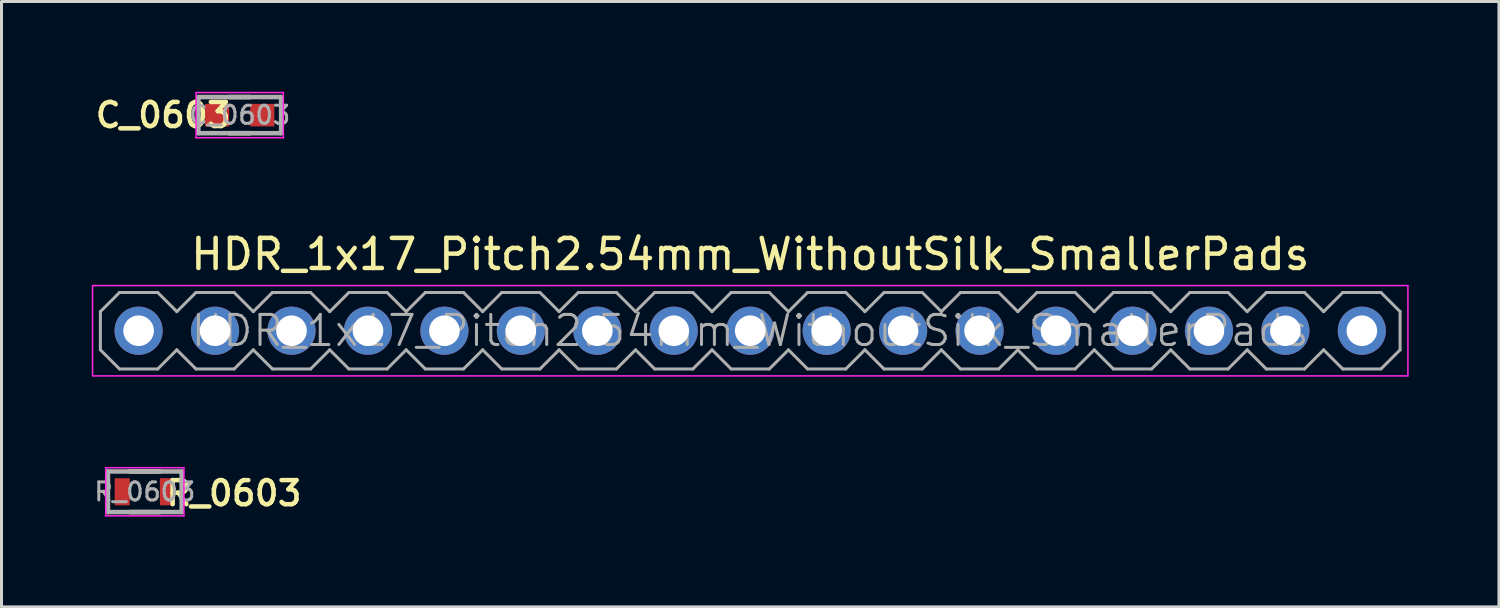
<source format=kicad_pcb>
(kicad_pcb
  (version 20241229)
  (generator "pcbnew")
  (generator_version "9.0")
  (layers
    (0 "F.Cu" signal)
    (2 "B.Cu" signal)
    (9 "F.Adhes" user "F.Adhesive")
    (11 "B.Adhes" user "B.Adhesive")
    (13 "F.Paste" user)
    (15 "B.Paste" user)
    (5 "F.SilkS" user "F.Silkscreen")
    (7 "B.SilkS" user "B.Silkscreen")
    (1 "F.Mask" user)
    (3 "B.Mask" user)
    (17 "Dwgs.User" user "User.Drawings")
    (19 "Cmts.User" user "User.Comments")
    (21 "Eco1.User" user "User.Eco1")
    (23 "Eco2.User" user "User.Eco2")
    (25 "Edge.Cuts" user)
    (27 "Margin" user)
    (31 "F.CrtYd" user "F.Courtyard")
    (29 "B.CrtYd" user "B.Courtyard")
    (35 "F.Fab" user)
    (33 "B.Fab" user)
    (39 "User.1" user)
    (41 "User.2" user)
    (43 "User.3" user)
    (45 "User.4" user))
  (footprint "R_0603"
    (layer "F.Cu")
    (at 1.761 13.288)
    (property "Reference" "R_0603" (at 2.962 0.05 0) (layer "F.SilkS") (effects (font (size 0.8 0.8) (thickness 0.15))))
    (attr smd)
    (fp_line (start -0.5 -0.675) (end 0.5 -0.675) (stroke (width 0.15) (type solid)) (layer "F.SilkS"))
    (fp_line (start 0.5 0.675) (end -0.5 0.675) (stroke (width 0.15) (type solid)) (layer "F.SilkS"))
    (fp_line (start -1.3 -0.8) (end -1.3 0.8) (stroke (width 0.05) (type solid)) (layer "F.CrtYd"))
    (fp_line (start -1.3 -0.8) (end 1.3 -0.8) (stroke (width 0.05) (type solid)) (layer "F.CrtYd"))
    (fp_line (start -1.3 0.8) (end 1.3 0.8) (stroke (width 0.05) (type solid)) (layer "F.CrtYd"))
    (fp_line (start 1.3 -0.8) (end 1.3 0.8) (stroke (width 0.05) (type solid)) (layer "F.CrtYd"))
    (fp_line (start -1.225 -0.675) (end -1.225 0.675) (stroke (width 0.15) (type solid)) (layer "F.Fab"))
    (fp_line (start -1.225 -0.675) (end 1.225 -0.675) (stroke (width 0.15) (type solid)) (layer "F.Fab"))
    (fp_line (start -1.225 0.675) (end 1.225 0.675) (stroke (width 0.15) (type solid)) (layer "F.Fab"))
    (fp_line (start 1.225 -0.675) (end 1.225 0.675) (stroke (width 0.15) (type solid)) (layer "F.Fab"))
    (fp_text user "${REFERENCE}" (at 0 0 0) (layer "F.Fab") (effects (font (size 0.6 0.6) (thickness 0.1))))
    (pad "1" smd rect (at -0.75 0) (size 0.5 0.9) (layers "F.Cu" "F.Mask" "F.Paste"))
    (pad "2" smd rect (at 0.75 0) (size 0.5 0.9) (layers "F.Cu" "F.Mask" "F.Paste")))
  (footprint "C_0603"
    (layer "F.Cu")
    (at 4.914 0.775)
    (property "Reference" "C_0603" (at -2.54 0 0) (layer "F.SilkS") (effects (font (size 0.8 0.8) (thickness 0.15))))
    (attr smd)
    (fp_line (start -0.35 -0.6) (end 0.35 -0.6) (stroke (width 0.15) (type solid)) (layer "F.SilkS"))
    (fp_line (start 0.35 0.6) (end -0.35 0.6) (stroke (width 0.15) (type solid)) (layer "F.SilkS"))
    (fp_line (start -1.45 -0.75) (end -1.45 0.75) (stroke (width 0.05) (type solid)) (layer "F.CrtYd"))
    (fp_line (start -1.45 -0.75) (end 1.45 -0.75) (stroke (width 0.05) (type solid)) (layer "F.CrtYd"))
    (fp_line (start -1.45 0.75) (end 1.45 0.75) (stroke (width 0.05) (type solid)) (layer "F.CrtYd"))
    (fp_line (start 1.45 -0.75) (end 1.45 0.75) (stroke (width 0.05) (type solid)) (layer "F.CrtYd"))
    (fp_line (start -1.375 -0.6) (end 1.375 -0.6) (stroke (width 0.15) (type solid)) (layer "F.Fab"))
    (fp_line (start -1.375 0.6) (end -1.375 -0.6) (stroke (width 0.15) (type solid)) (layer "F.Fab"))
    (fp_line (start 1.375 -0.6) (end 1.375 0.6) (stroke (width 0.15) (type solid)) (layer "F.Fab"))
    (fp_line (start 1.375 0.6) (end -1.375 0.6) (stroke (width 0.15) (type solid)) (layer "F.Fab"))
    (fp_text user "${REFERENCE}" (at 0 0 0) (layer "F.Fab") (effects (font (size 0.6 0.6) (thickness 0.1))))
    (pad "1" smd rect (at -0.75 0) (size 0.8 0.75) (layers "F.Cu" "F.Mask" "F.Paste"))
    (pad "2" smd rect (at 0.75 0) (size 0.8 0.75) (layers "F.Cu" "F.Mask" "F.Paste")))
  (footprint "HDR_1x17_Pitch2.54mm_WithoutSilk_SmallerPads"
    (layer "F.Cu")
    (at 21.875 7.938)
    (property "Reference" "HDR_1x17_Pitch2.54mm_WithoutSilk_SmallerPads" (at 0 -2.54 180) (layer "F.SilkS") (effects (font (size 1 1) (thickness 0.15))))
    (attr through_hole)
    (fp_line (start -21.85 -1.5) (end -21.85 1.5) (stroke (width 0.05) (type solid)) (layer "F.CrtYd"))
    (fp_line (start -21.85 1.5) (end 21.85 1.5) (stroke (width 0.05) (type solid)) (layer "F.CrtYd"))
    (fp_line (start 21.85 -1.5) (end -21.85 -1.5) (stroke (width 0.05) (type solid)) (layer "F.CrtYd"))
    (fp_line (start 21.85 1.5) (end 21.85 -1.5) (stroke (width 0.05) (type solid)) (layer "F.CrtYd"))
    (fp_line (start -21.59 -0.635) (end -20.955 -1.27) (stroke (width 0.1) (type solid)) (layer "F.Fab"))
    (fp_line (start -21.59 0.635) (end -21.59 -0.635) (stroke (width 0.1) (type solid)) (layer "F.Fab"))
    (fp_line (start -20.955 -1.27) (end -19.685 -1.27) (stroke (width 0.1) (type solid)) (layer "F.Fab"))
    (fp_line (start -20.955 1.27) (end -21.59 0.635) (stroke (width 0.1) (type solid)) (layer "F.Fab"))
    (fp_line (start -19.685 -1.27) (end -19.05 -0.635) (stroke (width 0.1) (type solid)) (layer "F.Fab"))
    (fp_line (start -19.685 1.27) (end -20.955 1.27) (stroke (width 0.1) (type solid)) (layer "F.Fab"))
    (fp_line (start -19.05 -0.635) (end -18.415 -1.27) (stroke (width 0.1) (type solid)) (layer "F.Fab"))
    (fp_line (start -19.05 0.635) (end -19.685 1.27) (stroke (width 0.1) (type solid)) (layer "F.Fab"))
    (fp_line (start -18.415 -1.27) (end -17.145 -1.27) (stroke (width 0.1) (type solid)) (layer "F.Fab"))
    (fp_line (start -18.415 1.27) (end -19.05 0.635) (stroke (width 0.1) (type solid)) (layer "F.Fab"))
    (fp_line (start -17.145 -1.27) (end -16.51 -0.635) (stroke (width 0.1) (type solid)) (layer "F.Fab"))
    (fp_line (start -17.145 1.27) (end -18.415 1.27) (stroke (width 0.1) (type solid)) (layer "F.Fab"))
    (fp_line (start -16.51 -0.635) (end -15.875 -1.27) (stroke (width 0.1) (type solid)) (layer "F.Fab"))
    (fp_line (start -16.51 0.635) (end -17.145 1.27) (stroke (width 0.1) (type solid)) (layer "F.Fab"))
    (fp_line (start -15.875 -1.27) (end -14.605 -1.27) (stroke (width 0.1) (type solid)) (layer "F.Fab"))
    (fp_line (start -15.875 1.27) (end -16.51 0.635) (stroke (width 0.1) (type solid)) (layer "F.Fab"))
    (fp_line (start -14.605 -1.27) (end -13.97 -0.635) (stroke (width 0.1) (type solid)) (layer "F.Fab"))
    (fp_line (start -14.605 1.27) (end -15.875 1.27) (stroke (width 0.1) (type solid)) (layer "F.Fab"))
    (fp_line (start -13.97 -0.635) (end -13.335 -1.27) (stroke (width 0.1) (type solid)) (layer "F.Fab"))
    (fp_line (start -13.97 0.635) (end -14.605 1.27) (stroke (width 0.1) (type solid)) (layer "F.Fab"))
    (fp_line (start -13.335 -1.27) (end -12.065 -1.27) (stroke (width 0.1) (type solid)) (layer "F.Fab"))
    (fp_line (start -13.335 1.27) (end -13.97 0.635) (stroke (width 0.1) (type solid)) (layer "F.Fab"))
    (fp_line (start -12.065 -1.27) (end -11.43 -0.635) (stroke (width 0.1) (type solid)) (layer "F.Fab"))
    (fp_line (start -12.065 1.27) (end -13.335 1.27) (stroke (width 0.1) (type solid)) (layer "F.Fab"))
    (fp_line (start -11.43 -0.635) (end -10.795 -1.27) (stroke (width 0.1) (type solid)) (layer "F.Fab"))
    (fp_line (start -11.43 0.635) (end -12.065 1.27) (stroke (width 0.1) (type solid)) (layer "F.Fab"))
    (fp_line (start -10.795 -1.27) (end -9.525 -1.27) (stroke (width 0.1) (type solid)) (layer "F.Fab"))
    (fp_line (start -10.795 1.27) (end -11.43 0.635) (stroke (width 0.1) (type solid)) (layer "F.Fab"))
    (fp_line (start -9.525 -1.27) (end -8.89 -0.635) (stroke (width 0.1) (type solid)) (layer "F.Fab"))
    (fp_line (start -9.525 1.27) (end -10.795 1.27) (stroke (width 0.1) (type solid)) (layer "F.Fab"))
    (fp_line (start -8.89 -0.635) (end -8.255 -1.27) (stroke (width 0.1) (type solid)) (layer "F.Fab"))
    (fp_line (start -8.89 0.635) (end -9.525 1.27) (stroke (width 0.1) (type solid)) (layer "F.Fab"))
    (fp_line (start -8.255 -1.27) (end -6.985 -1.27) (stroke (width 0.1) (type solid)) (layer "F.Fab"))
    (fp_line (start -8.255 1.27) (end -8.89 0.635) (stroke (width 0.1) (type solid)) (layer "F.Fab"))
    (fp_line (start -6.985 -1.27) (end -6.35 -0.635) (stroke (width 0.1) (type solid)) (layer "F.Fab"))
    (fp_line (start -6.985 1.27) (end -8.255 1.27) (stroke (width 0.1) (type solid)) (layer "F.Fab"))
    (fp_line (start -6.35 -0.635) (end -5.715 -1.27) (stroke (width 0.1) (type solid)) (layer "F.Fab"))
    (fp_line (start -6.35 0.635) (end -6.985 1.27) (stroke (width 0.1) (type solid)) (layer "F.Fab"))
    (fp_line (start -5.715 -1.27) (end -4.445 -1.27) (stroke (width 0.1) (type solid)) (layer "F.Fab"))
    (fp_line (start -5.715 1.27) (end -6.35 0.635) (stroke (width 0.1) (type solid)) (layer "F.Fab"))
    (fp_line (start -4.445 -1.27) (end -3.81 -0.635) (stroke (width 0.1) (type solid)) (layer "F.Fab"))
    (fp_line (start -4.445 1.27) (end -5.715 1.27) (stroke (width 0.1) (type solid)) (layer "F.Fab"))
    (fp_line (start -3.81 -0.635) (end -3.175 -1.27) (stroke (width 0.1) (type solid)) (layer "F.Fab"))
    (fp_line (start -3.81 0.635) (end -4.445 1.27) (stroke (width 0.1) (type solid)) (layer "F.Fab"))
    (fp_line (start -3.175 -1.27) (end -1.905 -1.27) (stroke (width 0.1) (type solid)) (layer "F.Fab"))
    (fp_line (start -3.175 1.27) (end -3.81 0.635) (stroke (width 0.1) (type solid)) (layer "F.Fab"))
    (fp_line (start -1.905 -1.27) (end -1.27 -0.635) (stroke (width 0.1) (type solid)) (layer "F.Fab"))
    (fp_line (start -1.905 1.27) (end -3.175 1.27) (stroke (width 0.1) (type solid)) (layer "F.Fab"))
    (fp_line (start -1.27 -0.635) (end -0.635 -1.27) (stroke (width 0.1) (type solid)) (layer "F.Fab"))
    (fp_line (start -1.27 0.635) (end -1.905 1.27) (stroke (width 0.1) (type solid)) (layer "F.Fab"))
    (fp_line (start -0.635 -1.27) (end 0.635 -1.27) (stroke (width 0.1) (type solid)) (layer "F.Fab"))
    (fp_line (start -0.635 1.27) (end -1.27 0.635) (stroke (width 0.1) (type solid)) (layer "F.Fab"))
    (fp_line (start 0.635 -1.27) (end 1.27 -0.635) (stroke (width 0.1) (type solid)) (layer "F.Fab"))
    (fp_line (start 0.635 1.27) (end -0.635 1.27) (stroke (width 0.1) (type solid)) (layer "F.Fab"))
    (fp_line (start 1.27 -0.635) (end 1.905 -1.27) (stroke (width 0.1) (type solid)) (layer "F.Fab"))
    (fp_line (start 1.27 0.635) (end 0.635 1.27) (stroke (width 0.1) (type solid)) (layer "F.Fab"))
    (fp_line (start 1.905 -1.27) (end 3.175 -1.27) (stroke (width 0.1) (type solid)) (layer "F.Fab"))
    (fp_line (start 1.905 1.27) (end 1.27 0.635) (stroke (width 0.1) (type solid)) (layer "F.Fab"))
    (fp_line (start 3.175 -1.27) (end 3.81 -0.635) (stroke (width 0.1) (type solid)) (layer "F.Fab"))
    (fp_line (start 3.175 1.27) (end 1.905 1.27) (stroke (width 0.1) (type solid)) (layer "F.Fab"))
    (fp_line (start 3.81 -0.635) (end 4.445 -1.27) (stroke (width 0.1) (type solid)) (layer "F.Fab"))
    (fp_line (start 3.81 0.635) (end 3.175 1.27) (stroke (width 0.1) (type solid)) (layer "F.Fab"))
    (fp_line (start 4.445 -1.27) (end 5.715 -1.27) (stroke (width 0.1) (type solid)) (layer "F.Fab"))
    (fp_line (start 4.445 1.27) (end 3.81 0.635) (stroke (width 0.1) (type solid)) (layer "F.Fab"))
    (fp_line (start 5.715 -1.27) (end 6.35 -0.635) (stroke (width 0.1) (type solid)) (layer "F.Fab"))
    (fp_line (start 5.715 1.27) (end 4.445 1.27) (stroke (width 0.1) (type solid)) (layer "F.Fab"))
    (fp_line (start 6.35 -0.635) (end 6.985 -1.27) (stroke (width 0.1) (type solid)) (layer "F.Fab"))
    (fp_line (start 6.35 0.635) (end 5.715 1.27) (stroke (width 0.1) (type solid)) (layer "F.Fab"))
    (fp_line (start 6.985 -1.27) (end 8.255 -1.27) (stroke (width 0.1) (type solid)) (layer "F.Fab"))
    (fp_line (start 6.985 1.27) (end 6.35 0.635) (stroke (width 0.1) (type solid)) (layer "F.Fab"))
    (fp_line (start 8.255 -1.27) (end 8.89 -0.635) (stroke (width 0.1) (type solid)) (layer "F.Fab"))
    (fp_line (start 8.255 1.27) (end 6.985 1.27) (stroke (width 0.1) (type solid)) (layer "F.Fab"))
    (fp_line (start 8.89 -0.635) (end 9.525 -1.27) (stroke (width 0.1) (type solid)) (layer "F.Fab"))
    (fp_line (start 8.89 0.635) (end 8.255 1.27) (stroke (width 0.1) (type solid)) (layer "F.Fab"))
    (fp_line (start 9.525 -1.27) (end 10.795 -1.27) (stroke (width 0.1) (type solid)) (layer "F.Fab"))
    (fp_line (start 9.525 1.27) (end 8.89 0.635) (stroke (width 0.1) (type solid)) (layer "F.Fab"))
    (fp_line (start 10.795 -1.27) (end 11.43 -0.635) (stroke (width 0.1) (type solid)) (layer "F.Fab"))
    (fp_line (start 10.795 1.27) (end 9.525 1.27) (stroke (width 0.1) (type solid)) (layer "F.Fab"))
    (fp_line (start 11.43 -0.635) (end 12.065 -1.27) (stroke (width 0.1) (type solid)) (layer "F.Fab"))
    (fp_line (start 11.43 0.635) (end 10.795 1.27) (stroke (width 0.1) (type solid)) (layer "F.Fab"))
    (fp_line (start 12.065 -1.27) (end 13.335 -1.27) (stroke (width 0.1) (type solid)) (layer "F.Fab"))
    (fp_line (start 12.065 1.27) (end 11.43 0.635) (stroke (width 0.1) (type solid)) (layer "F.Fab"))
    (fp_line (start 13.335 -1.27) (end 13.97 -0.635) (stroke (width 0.1) (type solid)) (layer "F.Fab"))
    (fp_line (start 13.335 1.27) (end 12.065 1.27) (stroke (width 0.1) (type solid)) (layer "F.Fab"))
    (fp_line (start 13.97 -0.635) (end 14.605 -1.27) (stroke (width 0.1) (type solid)) (layer "F.Fab"))
    (fp_line (start 13.97 0.635) (end 13.335 1.27) (stroke (width 0.1) (type solid)) (layer "F.Fab"))
    (fp_line (start 14.605 -1.27) (end 15.875 -1.27) (stroke (width 0.1) (type solid)) (layer "F.Fab"))
    (fp_line (start 14.605 1.27) (end 13.97 0.635) (stroke (width 0.1) (type solid)) (layer "F.Fab"))
    (fp_line (start 15.875 -1.27) (end 16.51 -0.635) (stroke (width 0.1) (type solid)) (layer "F.Fab"))
    (fp_line (start 15.875 1.27) (end 14.605 1.27) (stroke (width 0.1) (type solid)) (layer "F.Fab"))
    (fp_line (start 16.51 -0.635) (end 17.145 -1.27) (stroke (width 0.1) (type solid)) (layer "F.Fab"))
    (fp_line (start 16.51 0.635) (end 15.875 1.27) (stroke (width 0.1) (type solid)) (layer "F.Fab"))
    (fp_line (start 17.145 -1.27) (end 18.415 -1.27) (stroke (width 0.1) (type solid)) (layer "F.Fab"))
    (fp_line (start 17.145 1.27) (end 16.51 0.635) (stroke (width 0.1) (type solid)) (layer "F.Fab"))
    (fp_line (start 18.415 -1.27) (end 19.05 -0.635) (stroke (width 0.1) (type solid)) (layer "F.Fab"))
    (fp_line (start 18.415 1.27) (end 17.145 1.27) (stroke (width 0.1) (type solid)) (layer "F.Fab"))
    (fp_line (start 19.05 -0.635) (end 19.685 -1.27) (stroke (width 0.1) (type solid)) (layer "F.Fab"))
    (fp_line (start 19.05 0.635) (end 18.415 1.27) (stroke (width 0.1) (type solid)) (layer "F.Fab"))
    (fp_line (start 19.685 -1.27) (end 20.955 -1.27) (stroke (width 0.1) (type solid)) (layer "F.Fab"))
    (fp_line (start 19.685 1.27) (end 19.05 0.635) (stroke (width 0.1) (type solid)) (layer "F.Fab"))
    (fp_line (start 20.955 -1.27) (end 21.59 -0.635) (stroke (width 0.1) (type solid)) (layer "F.Fab"))
    (fp_line (start 20.955 1.27) (end 19.685 1.27) (stroke (width 0.1) (type solid)) (layer "F.Fab"))
    (fp_line (start 21.59 -0.635) (end 21.59 0.635) (stroke (width 0.1) (type solid)) (layer "F.Fab"))
    (fp_line (start 21.59 0.635) (end 20.955 1.27) (stroke (width 0.1) (type solid)) (layer "F.Fab"))
    (fp_text user "${REFERENCE}" (at 0 0 180) (layer "F.Fab") (effects (font (size 1 1) (thickness 0.1))))
    (pad "1" thru_hole oval (at -20.32 0) (size 1.6 1.6) (drill 1.016) (layers "*.Cu" "*.Mask"))
    (pad "2" thru_hole oval (at -17.78 0) (size 1.6 1.6) (drill 1.016) (layers "*.Cu" "*.Mask"))
    (pad "3" thru_hole oval (at -15.24 0) (size 1.6 1.6) (drill 1.016) (layers "*.Cu" "*.Mask"))
    (pad "4" thru_hole oval (at -12.7 0) (size 1.6 1.6) (drill 1.016) (layers "*.Cu" "*.Mask"))
    (pad "5" thru_hole oval (at -10.16 0) (size 1.6 1.6) (drill 1.016) (layers "*.Cu" "*.Mask"))
    (pad "6" thru_hole oval (at -7.62 0) (size 1.6 1.6) (drill 1.016) (layers "*.Cu" "*.Mask"))
    (pad "7" thru_hole oval (at -5.08 0) (size 1.6 1.6) (drill 1.016) (layers "*.Cu" "*.Mask"))
    (pad "8" thru_hole oval (at -2.54 0) (size 1.6 1.6) (drill 1.016) (layers "*.Cu" "*.Mask"))
    (pad "9" thru_hole oval (at 0 0) (size 1.6 1.6) (drill 1.016) (layers "*.Cu" "*.Mask"))
    (pad "10" thru_hole oval (at 2.54 0) (size 1.6 1.6) (drill 1.016) (layers "*.Cu" "*.Mask"))
    (pad "11" thru_hole oval (at 5.08 0) (size 1.6 1.6) (drill 1.016) (layers "*.Cu" "*.Mask"))
    (pad "12" thru_hole oval (at 7.62 0) (size 1.6 1.6) (drill 1.016) (layers "*.Cu" "*.Mask"))
    (pad "13" thru_hole oval (at 10.16 0) (size 1.6 1.6) (drill 1.016) (layers "*.Cu" "*.Mask"))
    (pad "14" thru_hole oval (at 12.7 0) (size 1.6 1.6) (drill 1.016) (layers "*.Cu" "*.Mask"))
    (pad "15" thru_hole oval (at 15.24 0) (size 1.6 1.6) (drill 1.016) (layers "*.Cu" "*.Mask"))
    (pad "16" thru_hole oval (at 17.78 0) (size 1.6 1.6) (drill 1.016) (layers "*.Cu" "*.Mask"))
    (pad "17" thru_hole oval (at 20.32 0) (size 1.6 1.6) (drill 1.016) (layers "*.Cu" "*.Mask")))
  (gr_rect
    (start -3 -3)
    (end 46.75 17.113)
    (stroke (width 0.1) (type default))
    (fill no)
    (layer "Edge.Cuts")))
</source>
